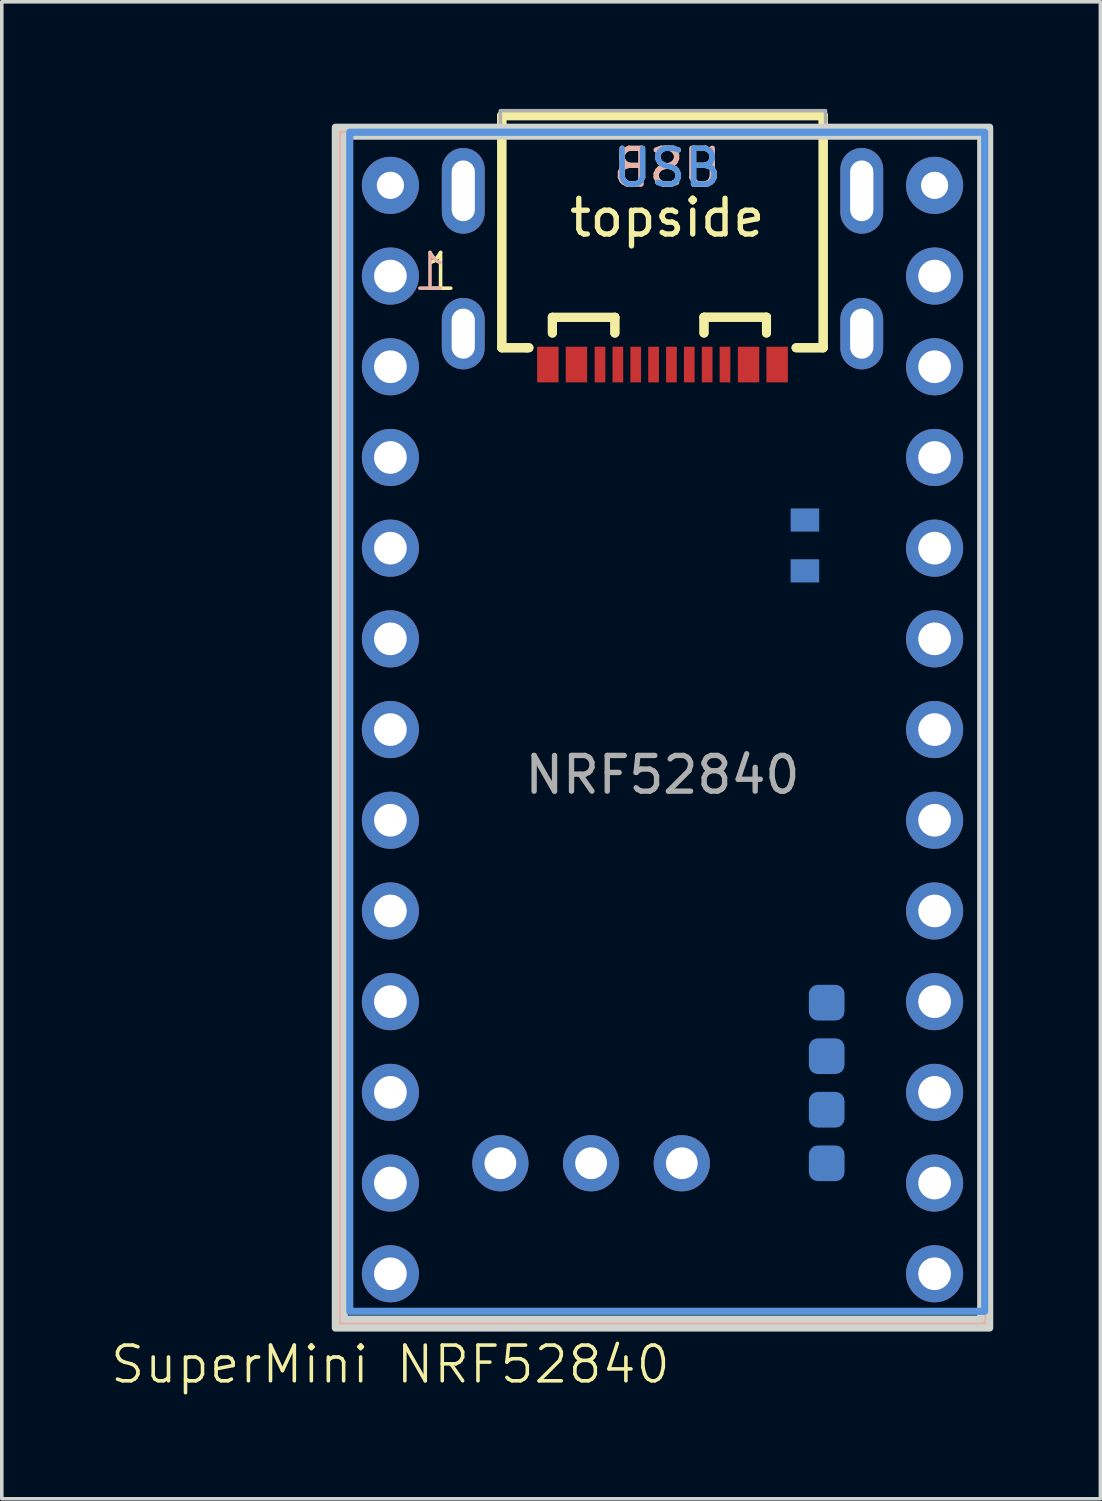
<source format=kicad_pcb>
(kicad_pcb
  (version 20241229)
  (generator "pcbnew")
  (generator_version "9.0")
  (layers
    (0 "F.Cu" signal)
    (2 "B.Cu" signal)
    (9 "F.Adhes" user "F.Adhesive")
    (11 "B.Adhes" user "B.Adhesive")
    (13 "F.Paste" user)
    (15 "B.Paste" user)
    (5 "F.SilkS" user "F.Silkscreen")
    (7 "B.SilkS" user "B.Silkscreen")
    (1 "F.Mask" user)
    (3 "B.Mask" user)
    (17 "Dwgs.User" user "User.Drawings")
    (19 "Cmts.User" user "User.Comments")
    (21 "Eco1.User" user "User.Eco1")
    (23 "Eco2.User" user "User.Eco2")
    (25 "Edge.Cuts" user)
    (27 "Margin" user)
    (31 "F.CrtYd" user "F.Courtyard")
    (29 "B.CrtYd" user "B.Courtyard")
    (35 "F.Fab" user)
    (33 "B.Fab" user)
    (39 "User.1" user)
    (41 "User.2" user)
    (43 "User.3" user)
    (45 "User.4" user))
  (footprint "SuperMini NRF52840"
    (layer "F.Cu")
    (at 7.883 2.141)
    (property "Reference" "SuperMini NRF52840" (at 0 33.02 0) (unlocked yes) (layer "F.SilkS") (effects (font (size 1 1) (thickness 0.1))))
    (attr through_hole)
    (fp_line (start 3.116 4.548) (end 3.824 4.548) (stroke (width 0.254) (type solid)) (layer "F.SilkS"))
    (fp_line (start 3.116 4.548) (end 3.824 4.548) (stroke (width 0.254) (type solid)) (layer "F.SilkS"))
    (fp_line (start 3.12 -1.952) (end 3.12 4.548) (stroke (width 0.254) (type solid)) (layer "F.SilkS"))
    (fp_line (start 3.12 -1.952) (end 3.12 4.548) (stroke (width 0.254) (type solid)) (layer "F.SilkS"))
    (fp_line (start 3.12 -1.952) (end 3.17 -1.952) (stroke (width 0.254) (type solid)) (layer "F.SilkS"))
    (fp_line (start 3.12 -1.952) (end 3.17 -1.952) (stroke (width 0.254) (type solid)) (layer "F.SilkS"))
    (fp_line (start 3.17 -1.952) (end 12.12 -1.952) (stroke (width 0.254) (type solid)) (layer "F.SilkS"))
    (fp_line (start 3.17 -1.952) (end 12.12 -1.952) (stroke (width 0.254) (type solid)) (layer "F.SilkS"))
    (fp_line (start 3.824 4.548) (end 3.879 4.548) (stroke (width 0.254) (type solid)) (layer "F.SilkS"))
    (fp_line (start 3.824 4.548) (end 3.879 4.548) (stroke (width 0.254) (type solid)) (layer "F.SilkS"))
    (fp_line (start 4.536 3.695) (end 4.536 4.136) (stroke (width 0.254) (type solid)) (layer "F.SilkS"))
    (fp_line (start 4.536 3.695) (end 4.536 4.136) (stroke (width 0.254) (type solid)) (layer "F.SilkS"))
    (fp_line (start 4.536 3.695) (end 6.286 3.695) (stroke (width 0.254) (type solid)) (layer "F.SilkS"))
    (fp_line (start 4.536 3.695) (end 6.286 3.695) (stroke (width 0.254) (type solid)) (layer "F.SilkS"))
    (fp_line (start 6.286 3.695) (end 6.286 4.136) (stroke (width 0.254) (type solid)) (layer "F.SilkS"))
    (fp_line (start 6.286 3.695) (end 6.286 4.136) (stroke (width 0.254) (type solid)) (layer "F.SilkS"))
    (fp_line (start 8.782 3.693) (end 8.782 4.136) (stroke (width 0.254) (type solid)) (layer "F.SilkS"))
    (fp_line (start 8.782 3.693) (end 8.782 4.136) (stroke (width 0.254) (type solid)) (layer "F.SilkS"))
    (fp_line (start 8.782 3.693) (end 10.532 3.693) (stroke (width 0.254) (type solid)) (layer "F.SilkS"))
    (fp_line (start 8.782 3.693) (end 10.532 3.693) (stroke (width 0.254) (type solid)) (layer "F.SilkS"))
    (fp_line (start 10.532 3.693) (end 10.532 4.135) (stroke (width 0.254) (type solid)) (layer "F.SilkS"))
    (fp_line (start 10.532 3.693) (end 10.532 4.135) (stroke (width 0.254) (type solid)) (layer "F.SilkS"))
    (fp_line (start 11.361 4.548) (end 12.12 4.548) (stroke (width 0.254) (type solid)) (layer "F.SilkS"))
    (fp_line (start 11.361 4.548) (end 12.12 4.548) (stroke (width 0.254) (type solid)) (layer "F.SilkS"))
    (fp_line (start 12.12 -1.952) (end 12.12 4.548) (stroke (width 0.254) (type solid)) (layer "F.SilkS"))
    (fp_line (start 12.12 -1.952) (end 12.12 4.548) (stroke (width 0.254) (type solid)) (layer "F.SilkS"))
    (fp_rect (start 16.642 -1.488) (end -1.402 31.85) (stroke (width 0.2) (type default)) (fill no) (layer "F.SilkS"))
    (fp_rect (start 16.642 -1.488) (end -1.402 31.85) (stroke (width 0.2) (type default)) (fill no) (layer "B.SilkS"))
    (fp_rect (start 16.642 -1.488) (end -1.138 31.532) (stroke (width 0.2) (type solid)) (fill no) (layer "Cmts.User"))
    (fp_line (start 3.15 -1.947) (end 3.15 4.553) (stroke (width 0.051) (type solid)) (layer "Eco1.User"))
    (fp_line (start 3.15 -1.947) (end 12.09 -1.947) (stroke (width 0.051) (type solid)) (layer "Eco1.User"))
    (fp_line (start 3.15 4.553) (end 12.09 4.553) (stroke (width 0.051) (type solid)) (layer "Eco1.User"))
    (fp_line (start 12.09 -1.947) (end 12.09 4.553) (stroke (width 0.051) (type solid)) (layer "Eco1.User"))
    (fp_rect (start 16.532 -1.378) (end -1.292 31.75) (stroke (width 0.2) (type default)) (fill no) (layer "Edge.Cuts"))
    (fp_rect (start 16.782 -1.628) (end -1.542 32) (stroke (width 0.2) (type default)) (fill no) (layer "Edge.Cuts"))
    (fp_rect (start 3.079 -1.398) (end 12.186 -2.091) (stroke (width 0.1) (type default)) (fill no) (layer "F.Fab"))
    (fp_circle (center 4.42 4.898) (end 4.57 4.898) (stroke (width 0.3) (type solid)) (fill no) (layer "User.6"))
    (fp_text user "topside" (at 7.752 1.492 0) (unlocked yes) (layer "F.SilkS") (effects (font (size 1 1) (thickness 0.15)) (justify bottom)))
    (fp_text user "1" (at 0.863 3.007 0) (unlocked yes) (layer "F.SilkS") (effects (font (size 1 1) (thickness 0.1)) (justify left bottom)))
    (fp_text user "USB" (at 7.752 0.092 0) (unlocked yes) (layer "F.SilkS") (effects (font (size 1 1) (thickness 0.15)) (justify bottom)))
    (fp_text user "USB" (at 7.752 0.092 0) (unlocked yes) (layer "B.SilkS") (effects (font (size 1 1) (thickness 0.15)) (justify bottom mirror)))
    (fp_text user "1" (at 1.651 3.006 0) (unlocked yes) (layer "B.SilkS") (effects (font (size 1 1) (thickness 0.1)) (justify left bottom mirror)))
    (fp_text user "USB" (at 7.752 0.092 0) (layer "Cmts.User") (effects (font (size 1 1) (thickness 0.15)) (justify bottom)))
    (fp_text user "NRF52840" (at 7.62 16.51 0) (unlocked yes) (layer "F.Fab") (effects (font (size 1 1) (thickness 0.15))))
    (pad "0" smd roundrect (at 12.218 22.888 90) (size 1 1) (layers "B.Cu" "B.Mask" "B.Paste") (roundrect_rratio 0.25))
    (pad "0" smd roundrect (at 12.218 24.387 270) (size 1 1) (layers "B.Cu" "B.Mask" "B.Paste") (roundrect_rratio 0.25))
    (pad "0" smd roundrect (at 12.218 25.887 270) (size 1 1) (layers "B.Cu" "B.Mask" "B.Paste") (roundrect_rratio 0.25))
    (pad "0" smd roundrect (at 12.218 27.387 90) (size 1 1) (layers "B.Cu" "B.Mask" "B.Paste") (roundrect_rratio 0.25))
    (pad "1" thru_hole circle (at 0 2.54 90) (size 1.6 1.6) (drill 0.914) (layers "*.Cu" "*.Mask"))
    (pad "1" smd rect (at 11.608 10.796) (size 0.8 0.65) (layers "B.Cu" "B.Mask" "B.Paste"))
    (pad "2" thru_hole circle (at 0 5.08 90) (size 1.6 1.6) (drill 0.914) (layers "*.Cu" "*.Mask"))
    (pad "2" smd rect (at 11.608 9.372) (size 0.8 0.65) (layers "B.Cu" "B.Mask" "B.Paste"))
    (pad "3" thru_hole circle (at 0 7.62 90) (size 1.6 1.6) (drill 0.914) (layers "*.Cu" "*.Mask"))
    (pad "4" thru_hole circle (at 0 10.16 90) (size 1.6 1.6) (drill 0.914) (layers "*.Cu" "*.Mask"))
    (pad "5" thru_hole circle (at 0 12.7 90) (size 1.6 1.6) (drill 0.914) (layers "*.Cu" "*.Mask"))
    (pad "6" thru_hole circle (at 0 15.24 90) (size 1.6 1.6) (drill 0.914) (layers "*.Cu" "*.Mask"))
    (pad "7" thru_hole circle (at 0 17.78 90) (size 1.6 1.6) (drill 0.914) (layers "*.Cu" "*.Mask"))
    (pad "8" thru_hole circle (at 0 20.32 90) (size 1.6 1.6) (drill 0.914) (layers "*.Cu" "*.Mask"))
    (pad "9" thru_hole circle (at 0 22.86 90) (size 1.6 1.6) (drill 0.914) (layers "*.Cu" "*.Mask"))
    (pad "10" thru_hole circle (at 0 25.4 90) (size 1.6 1.6) (drill 0.914) (layers "*.Cu" "*.Mask"))
    (pad "11" thru_hole circle (at 0 27.94 90) (size 1.6 1.6) (drill 0.914) (layers "*.Cu" "*.Mask"))
    (pad "12" thru_hole circle (at 0 30.48 90) (size 1.6 1.6) (drill 0.914) (layers "*.Cu" "*.Mask"))
    (pad "13" thru_hole circle (at 15.24 2.54 270) (size 1.6 1.6) (drill 0.914) (layers "*.Cu" "*.Mask"))
    (pad "14" thru_hole circle (at 15.24 5.08 270) (size 1.6 1.6) (drill 0.914) (layers "*.Cu" "*.Mask"))
    (pad "15" thru_hole oval (at 13.2 0.153 180) (size 1.2 2.4) (drill oval 0.65 1.7) (layers "*.Cu" "*.Mask"))
    (pad "15" thru_hole circle (at 15.24 7.62 270) (size 1.6 1.6) (drill 0.914) (layers "*.Cu" "*.Mask"))
    (pad "16" thru_hole circle (at 15.24 10.16 270) (size 1.6 1.6) (drill 0.914) (layers "*.Cu" "*.Mask"))
    (pad "17" thru_hole circle (at 15.24 12.7 270) (size 1.6 1.6) (drill 0.914) (layers "*.Cu" "*.Mask"))
    (pad "18" thru_hole circle (at 15.24 15.24 270) (size 1.6 1.6) (drill 0.914) (layers "*.Cu" "*.Mask"))
    (pad "19" thru_hole circle (at 15.24 17.78 270) (size 1.6 1.6) (drill 0.914) (layers "*.Cu" "*.Mask"))
    (pad "20" thru_hole circle (at 15.24 20.32 270) (size 1.6 1.6) (drill 0.914) (layers "*.Cu" "*.Mask"))
    (pad "21" thru_hole circle (at 15.24 22.86 270) (size 1.6 1.6) (drill 0.914) (layers "*.Cu" "*.Mask"))
    (pad "22" thru_hole circle (at 15.24 25.4 270) (size 1.6 1.6) (drill 0.914) (layers "*.Cu" "*.Mask"))
    (pad "23" thru_hole circle (at 15.24 27.94 270) (size 1.6 1.6) (drill 0.914) (layers "*.Cu" "*.Mask"))
    (pad "24" thru_hole circle (at 15.24 30.48 270) (size 1.6 1.6) (drill 0.914) (layers "*.Cu" "*.Mask"))
    (pad "25" thru_hole circle (at 3.08 27.385 270) (size 1.575 1.575) (drill 0.889) (layers "*.Cu" "*.Mask"))
    (pad "26" thru_hole circle (at 5.62 27.385 270) (size 1.575 1.575) (drill 0.889) (layers "*.Cu" "*.Mask"))
    (pad "27" thru_hole circle (at 8.16 27.385 270) (size 1.575 1.575) (drill 0.889) (layers "*.Cu" "*.Mask"))
    (pad "28" thru_hole circle (at 0 0 90) (size 1.6 1.6) (drill 0.762) (layers "*.Cu" "*.Mask"))
    (pad "29" thru_hole circle (at 15.24 -0.00001 270) (size 1.6 1.6) (drill 0.762) (layers "*.Cu" "*.Mask"))
    (pad "30" thru_hole oval (at 2.04 4.153 180) (size 1.2 2) (drill oval 0.65 1.4) (layers "*.Cu" "*.Mask"))
    (pad "31" thru_hole oval (at 2.04 0.153 180) (size 1.2 2.4) (drill oval 0.65 1.7) (layers "*.Cu" "*.Mask"))
    (pad "32" thru_hole oval (at 13.2 4.153 180) (size 1.2 2) (drill oval 0.65 1.4) (layers "*.Cu" "*.Mask"))
    (pad "A5" smd rect (at 8.87 5.018 180) (size 0.3 1) (layers "F.Cu" "F.Mask" "F.Paste"))
    (pad "A6" smd rect (at 7.87 5.018 180) (size 0.3 1) (layers "F.Cu" "F.Mask" "F.Paste"))
    (pad "A7" smd rect (at 7.37 5.018 180) (size 0.3 1) (layers "F.Cu" "F.Mask" "F.Paste"))
    (pad "A8" smd rect (at 6.37 5.018 180) (size 0.3 1) (layers "F.Cu" "F.Mask" "F.Paste"))
    (pad "A9B4" smd rect (at 5.21 5.018 180) (size 0.6 1) (layers "F.Cu" "F.Mask" "F.Paste"))
    (pad "A12B1" smd rect (at 4.41 5.018 180) (size 0.6 1) (layers "F.Cu" "F.Mask" "F.Paste"))
    (pad "B5" smd rect (at 5.87 5.018 180) (size 0.3 1) (layers "F.Cu" "F.Mask" "F.Paste"))
    (pad "B6" smd rect (at 6.87 5.018 180) (size 0.3 1) (layers "F.Cu" "F.Mask" "F.Paste"))
    (pad "B7" smd rect (at 8.37 5.018 180) (size 0.3 1) (layers "F.Cu" "F.Mask" "F.Paste"))
    (pad "B8" smd rect (at 9.37 5.018 180) (size 0.3 1) (layers "F.Cu" "F.Mask" "F.Paste"))
    (pad "B9A4" smd rect (at 10.03 5.018) (size 0.6 1) (layers "F.Cu" "F.Mask" "F.Paste"))
    (pad "B12A1" smd rect (at 10.83 5.018) (size 0.6 1) (layers "F.Cu" "F.Mask" "F.Paste"))
    (zone (net_name "") (layers "F.Cu" "B.Cu") (hatch edge 0.5) (connect_pads) (min_thickness 0.25) (filled_areas_thickness no) (keepout (tracks not_allowed) (vias not_allowed) (pads not_allowed) (copperpour not_allowed) (footprints allowed)) (placement (enabled no)) (fill) (polygon (pts (xy 11.126 6.505) (xy 11.087 6.565) (xy 11.022 6.595) (xy 10.951 6.584) (xy 10.897 6.538) (xy 10.877 6.469) (xy 10.877 0.188) (xy 10.882 0.152) (xy 10.921 0.092) (xy 10.986 0.062) (xy 11.057 0.072) (xy 11.111 0.119) (xy 11.131 0.188) (xy 11.131 6.469))))
    (zone (net_name "") (layers "F.Cu" "B.Cu") (hatch edge 0.5) (connect_pads) (min_thickness 0.25) (filled_areas_thickness no) (keepout (tracks not_allowed) (vias not_allowed) (pads not_allowed) (copperpour not_allowed) (footprints allowed)) (placement (enabled no)) (fill) (polygon (pts (xy 11.126 6.505) (xy 11.087 6.565) (xy 11.022 6.595) (xy 10.951 6.584) (xy 10.897 6.538) (xy 10.877 6.469) (xy 10.877 0.188) (xy 10.882 0.152) (xy 10.921 0.092) (xy 10.986 0.062) (xy 11.057 0.072) (xy 11.111 0.119) (xy 11.131 0.188) (xy 11.131 6.469))))
    (zone (net_name "") (layers "F.Cu" "B.Cu") (hatch edge 0.5) (connect_pads) (min_thickness 0.25) (filled_areas_thickness no) (keepout (tracks not_allowed) (vias not_allowed) (pads not_allowed) (copperpour not_allowed) (footprints allowed)) (placement (enabled no)) (fill) (polygon (pts (xy 20.039 6.347) (xy 20.099 6.386) (xy 20.129 6.451) (xy 20.119 6.522) (xy 20.072 6.576) (xy 20.003 6.596) (xy 11.004 6.596) (xy 10.968 6.591) (xy 10.908 6.552) (xy 10.878 6.487) (xy 10.888 6.416) (xy 10.935 6.362) (xy 11.004 6.342) (xy 20.003 6.342))))
    (zone (net_name "") (layers "F.Cu" "B.Cu") (hatch edge 0.5) (connect_pads) (min_thickness 0.25) (filled_areas_thickness no) (keepout (tracks not_allowed) (vias not_allowed) (pads not_allowed) (copperpour not_allowed) (footprints allowed)) (placement (enabled no)) (fill) (polygon (pts (xy 20.039 6.347) (xy 20.099 6.386) (xy 20.129 6.451) (xy 20.119 6.522) (xy 20.072 6.576) (xy 20.003 6.596) (xy 11.004 6.596) (xy 10.968 6.591) (xy 10.908 6.552) (xy 10.878 6.487) (xy 10.888 6.416) (xy 10.935 6.362) (xy 11.004 6.342) (xy 20.003 6.342))))
    (zone (net_name "") (layers "F.Cu" "B.Cu") (hatch edge 0.5) (connect_pads) (min_thickness 0.25) (filled_areas_thickness no) (keepout (tracks not_allowed) (vias not_allowed) (pads not_allowed) (copperpour not_allowed) (footprints allowed)) (placement (enabled no)) (fill) (polygon (pts (xy 20.125 6.505) (xy 20.086 6.565) (xy 20.021 6.595) (xy 19.95 6.584) (xy 19.896 6.538) (xy 19.876 6.469) (xy 19.876 0.188) (xy 19.881 0.152) (xy 19.92 0.092) (xy 19.985 0.062) (xy 20.056 0.072) (xy 20.11 0.119) (xy 20.13 0.188) (xy 20.13 6.469))))
    (zone (net_name "") (layers "F.Cu" "B.Cu") (hatch edge 0.5) (connect_pads) (min_thickness 0.25) (filled_areas_thickness no) (keepout (tracks not_allowed) (vias not_allowed) (pads not_allowed) (copperpour not_allowed) (footprints allowed)) (placement (enabled no)) (fill) (polygon (pts (xy 20.125 6.505) (xy 20.086 6.565) (xy 20.021 6.595) (xy 19.95 6.584) (xy 19.896 6.538) (xy 19.876 6.469) (xy 19.876 0.188) (xy 19.881 0.152) (xy 19.92 0.092) (xy 19.985 0.062) (xy 20.056 0.072) (xy 20.11 0.119) (xy 20.13 0.188) (xy 20.13 6.469)))))
  (gr_rect
    (start -3 -3)
    (end 27.766 38.922)
    (stroke (width 0.1) (type default))
    (fill no)
    (layer "Edge.Cuts")))
</source>
